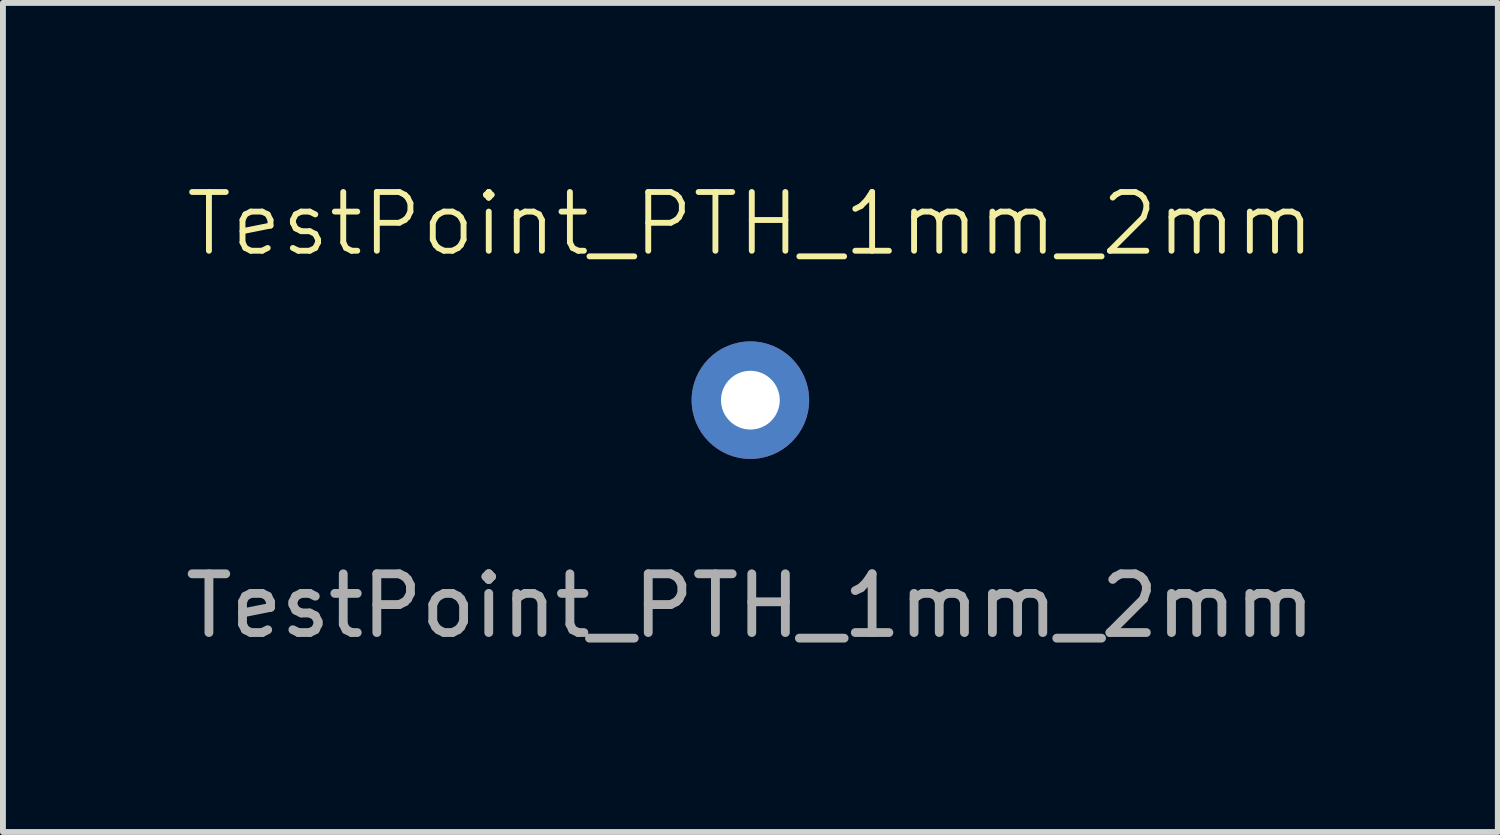
<source format=kicad_pcb>
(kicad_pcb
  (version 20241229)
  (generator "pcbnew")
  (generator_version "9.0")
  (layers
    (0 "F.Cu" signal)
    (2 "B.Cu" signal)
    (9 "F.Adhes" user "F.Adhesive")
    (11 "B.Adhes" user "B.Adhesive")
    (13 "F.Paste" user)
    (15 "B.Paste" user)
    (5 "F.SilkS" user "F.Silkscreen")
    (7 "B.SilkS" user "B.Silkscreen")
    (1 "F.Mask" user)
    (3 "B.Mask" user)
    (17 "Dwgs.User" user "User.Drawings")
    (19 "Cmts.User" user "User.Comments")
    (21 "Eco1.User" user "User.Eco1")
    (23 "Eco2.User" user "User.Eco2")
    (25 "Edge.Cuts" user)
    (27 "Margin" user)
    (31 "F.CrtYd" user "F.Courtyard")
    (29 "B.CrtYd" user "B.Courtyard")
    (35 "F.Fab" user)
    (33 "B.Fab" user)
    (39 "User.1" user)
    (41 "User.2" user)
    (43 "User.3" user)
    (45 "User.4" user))
  (footprint "TestPoint_PTH_1mm_2mm"
    (layer "F.Cu")
    (at 9.72 3.76)
    (property "Reference" "TestPoint_PTH_1mm_2mm" (at 0 -3 0) (unlocked yes) (layer "F.SilkS") (effects (font (size 1 1) (thickness 0.1))))
    (attr through_hole exclude_from_bom dnp)
    (fp_circle (center 0 0) (end 1 0) (stroke (width 0.2) (type solid)) (fill no) (layer "User.3"))
    (fp_text user "${REFERENCE}" (at 0 3.5 0) (unlocked yes) (layer "F.Fab") (effects (font (size 1 1) (thickness 0.15))))
    (pad "1" thru_hole circle (at 0 0) (size 2 2) (drill 1) (layers "*.Cu" "*.Mask")))
  (gr_rect
    (start -3 -3)
    (end 22.44 11.109)
    (stroke (width 0.1) (type default))
    (fill no)
    (layer "Edge.Cuts")))
</source>
